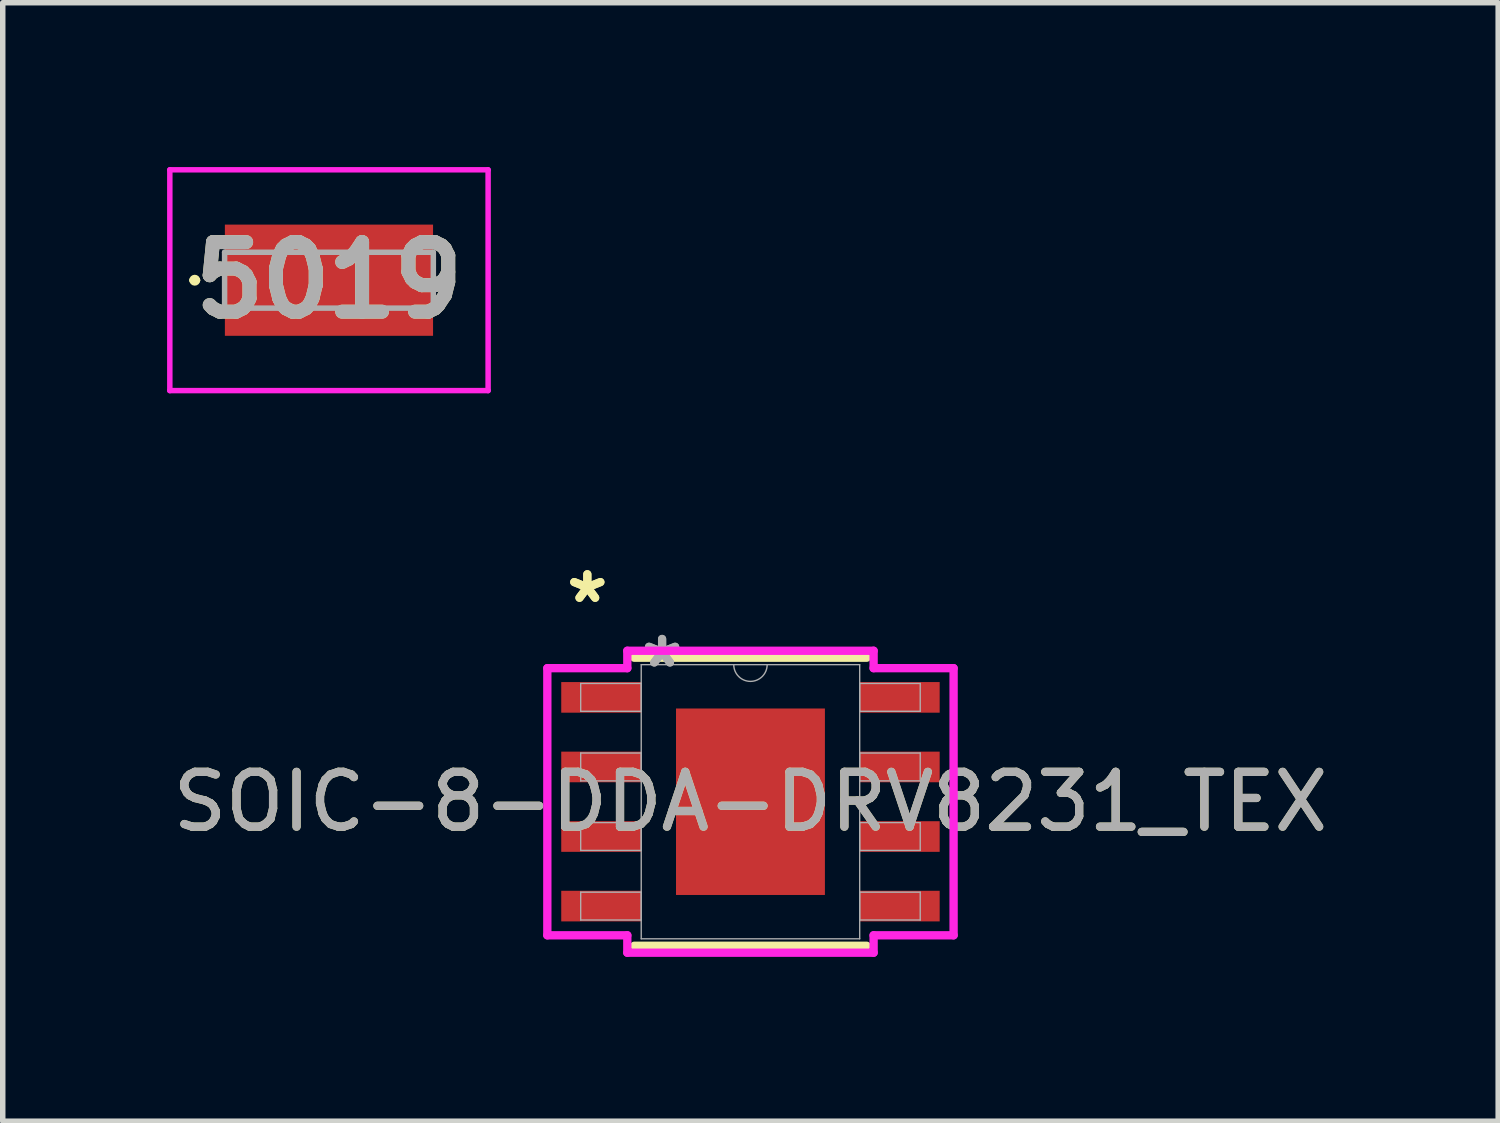
<source format=kicad_pcb>
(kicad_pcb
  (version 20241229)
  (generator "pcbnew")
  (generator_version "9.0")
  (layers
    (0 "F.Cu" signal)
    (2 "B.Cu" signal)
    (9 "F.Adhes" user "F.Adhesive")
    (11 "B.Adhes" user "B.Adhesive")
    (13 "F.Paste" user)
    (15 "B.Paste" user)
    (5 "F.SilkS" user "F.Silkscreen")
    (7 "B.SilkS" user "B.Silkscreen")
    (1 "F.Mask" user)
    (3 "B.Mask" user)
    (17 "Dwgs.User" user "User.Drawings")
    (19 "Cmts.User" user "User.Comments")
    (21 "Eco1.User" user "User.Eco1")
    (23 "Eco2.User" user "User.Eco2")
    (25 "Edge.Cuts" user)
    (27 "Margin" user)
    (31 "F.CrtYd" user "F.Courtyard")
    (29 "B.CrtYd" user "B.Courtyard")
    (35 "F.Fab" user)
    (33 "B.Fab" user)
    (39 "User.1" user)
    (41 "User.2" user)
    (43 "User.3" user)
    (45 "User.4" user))
  (footprint "SOIC-8-DDA-DRV8231_TEX"
    (layer "F.Cu")
    (at 10.649 11.585)
    (property "Reference" "SOIC-8-DDA-DRV8231_TEX" (at 0 0 0) (unlocked yes) (layer "F.SilkS") (effects (font (size 1 1) (thickness 0.15))))
    (attr smd)
    (fp_line (start -2.121 2.629) (end 2.121 2.629) (stroke (width 0.152) (type solid)) (layer "F.SilkS"))
    (fp_line (start 2.121 -2.629) (end -2.121 -2.629) (stroke (width 0.152) (type solid)) (layer "F.SilkS"))
    (fp_poly (pts (xy -1.259 -1.602) (xy -1.259 -0.1) (xy -0.1 -0.1) (xy -0.1 -1.602)) (stroke (width 0) (type solid)) (fill yes) (layer "F.Paste"))
    (fp_poly (pts (xy -1.259 0.1) (xy -1.259 1.602) (xy -0.1 1.602) (xy -0.1 0.1)) (stroke (width 0) (type solid)) (fill yes) (layer "F.Paste"))
    (fp_poly (pts (xy 0.1 -1.602) (xy 0.1 -0.1) (xy 1.259 -0.1) (xy 1.259 -1.602)) (stroke (width 0) (type solid)) (fill yes) (layer "F.Paste"))
    (fp_poly (pts (xy 0.1 0.1) (xy 0.1 1.602) (xy 1.259 1.602) (xy 1.259 0.1)) (stroke (width 0) (type solid)) (fill yes) (layer "F.Paste"))
    (fp_line (start -3.708 -2.438) (end -2.248 -2.438) (stroke (width 0.152) (type solid)) (layer "F.CrtYd"))
    (fp_line (start -3.708 2.438) (end -3.708 -2.438) (stroke (width 0.152) (type solid)) (layer "F.CrtYd"))
    (fp_line (start -3.708 2.438) (end -2.248 2.438) (stroke (width 0.152) (type solid)) (layer "F.CrtYd"))
    (fp_line (start -2.248 -2.756) (end 2.248 -2.756) (stroke (width 0.152) (type solid)) (layer "F.CrtYd"))
    (fp_line (start -2.248 -2.438) (end -2.248 -2.756) (stroke (width 0.152) (type solid)) (layer "F.CrtYd"))
    (fp_line (start -2.248 2.756) (end -2.248 2.438) (stroke (width 0.152) (type solid)) (layer "F.CrtYd"))
    (fp_line (start 2.248 -2.756) (end 2.248 -2.438) (stroke (width 0.152) (type solid)) (layer "F.CrtYd"))
    (fp_line (start 2.248 2.438) (end 2.248 2.756) (stroke (width 0.152) (type solid)) (layer "F.CrtYd"))
    (fp_line (start 2.248 2.756) (end -2.248 2.756) (stroke (width 0.152) (type solid)) (layer "F.CrtYd"))
    (fp_line (start 3.708 -2.438) (end 2.248 -2.438) (stroke (width 0.152) (type solid)) (layer "F.CrtYd"))
    (fp_line (start 3.708 -2.438) (end 3.708 2.438) (stroke (width 0.152) (type solid)) (layer "F.CrtYd"))
    (fp_line (start 3.708 2.438) (end 2.248 2.438) (stroke (width 0.152) (type solid)) (layer "F.CrtYd"))
    (fp_line (start -3.099 -2.159) (end -3.099 -1.651) (stroke (width 0.025) (type solid)) (layer "F.Fab"))
    (fp_line (start -3.099 -1.651) (end -1.994 -1.651) (stroke (width 0.025) (type solid)) (layer "F.Fab"))
    (fp_line (start -3.099 -0.889) (end -3.099 -0.381) (stroke (width 0.025) (type solid)) (layer "F.Fab"))
    (fp_line (start -3.099 -0.381) (end -1.994 -0.381) (stroke (width 0.025) (type solid)) (layer "F.Fab"))
    (fp_line (start -3.099 0.381) (end -3.099 0.889) (stroke (width 0.025) (type solid)) (layer "F.Fab"))
    (fp_line (start -3.099 0.889) (end -1.994 0.889) (stroke (width 0.025) (type solid)) (layer "F.Fab"))
    (fp_line (start -3.099 1.651) (end -3.099 2.159) (stroke (width 0.025) (type solid)) (layer "F.Fab"))
    (fp_line (start -3.099 2.159) (end -1.994 2.159) (stroke (width 0.025) (type solid)) (layer "F.Fab"))
    (fp_line (start -1.994 -2.502) (end -1.994 2.502) (stroke (width 0.025) (type solid)) (layer "F.Fab"))
    (fp_line (start -1.994 -2.159) (end -3.099 -2.159) (stroke (width 0.025) (type solid)) (layer "F.Fab"))
    (fp_line (start -1.994 -1.651) (end -1.994 -2.159) (stroke (width 0.025) (type solid)) (layer "F.Fab"))
    (fp_line (start -1.994 -0.889) (end -3.099 -0.889) (stroke (width 0.025) (type solid)) (layer "F.Fab"))
    (fp_line (start -1.994 -0.381) (end -1.994 -0.889) (stroke (width 0.025) (type solid)) (layer "F.Fab"))
    (fp_line (start -1.994 0.381) (end -3.099 0.381) (stroke (width 0.025) (type solid)) (layer "F.Fab"))
    (fp_line (start -1.994 0.889) (end -1.994 0.381) (stroke (width 0.025) (type solid)) (layer "F.Fab"))
    (fp_line (start -1.994 1.651) (end -3.099 1.651) (stroke (width 0.025) (type solid)) (layer "F.Fab"))
    (fp_line (start -1.994 2.159) (end -1.994 1.651) (stroke (width 0.025) (type solid)) (layer "F.Fab"))
    (fp_line (start -1.994 2.502) (end 1.994 2.502) (stroke (width 0.025) (type solid)) (layer "F.Fab"))
    (fp_line (start 1.994 -2.502) (end -1.994 -2.502) (stroke (width 0.025) (type solid)) (layer "F.Fab"))
    (fp_line (start 1.994 -2.159) (end 1.994 -1.651) (stroke (width 0.025) (type solid)) (layer "F.Fab"))
    (fp_line (start 1.994 -1.651) (end 3.099 -1.651) (stroke (width 0.025) (type solid)) (layer "F.Fab"))
    (fp_line (start 1.994 -0.889) (end 1.994 -0.381) (stroke (width 0.025) (type solid)) (layer "F.Fab"))
    (fp_line (start 1.994 -0.381) (end 3.099 -0.381) (stroke (width 0.025) (type solid)) (layer "F.Fab"))
    (fp_line (start 1.994 0.381) (end 1.994 0.889) (stroke (width 0.025) (type solid)) (layer "F.Fab"))
    (fp_line (start 1.994 0.889) (end 3.099 0.889) (stroke (width 0.025) (type solid)) (layer "F.Fab"))
    (fp_line (start 1.994 1.651) (end 1.994 2.159) (stroke (width 0.025) (type solid)) (layer "F.Fab"))
    (fp_line (start 1.994 2.159) (end 3.099 2.159) (stroke (width 0.025) (type solid)) (layer "F.Fab"))
    (fp_line (start 1.994 2.502) (end 1.994 -2.502) (stroke (width 0.025) (type solid)) (layer "F.Fab"))
    (fp_line (start 3.099 -2.159) (end 1.994 -2.159) (stroke (width 0.025) (type solid)) (layer "F.Fab"))
    (fp_line (start 3.099 -1.651) (end 3.099 -2.159) (stroke (width 0.025) (type solid)) (layer "F.Fab"))
    (fp_line (start 3.099 -0.889) (end 1.994 -0.889) (stroke (width 0.025) (type solid)) (layer "F.Fab"))
    (fp_line (start 3.099 -0.381) (end 3.099 -0.889) (stroke (width 0.025) (type solid)) (layer "F.Fab"))
    (fp_line (start 3.099 0.381) (end 1.994 0.381) (stroke (width 0.025) (type solid)) (layer "F.Fab"))
    (fp_line (start 3.099 0.889) (end 3.099 0.381) (stroke (width 0.025) (type solid)) (layer "F.Fab"))
    (fp_line (start 3.099 1.651) (end 1.994 1.651) (stroke (width 0.025) (type solid)) (layer "F.Fab"))
    (fp_line (start 3.099 2.159) (end 3.099 1.651) (stroke (width 0.025) (type solid)) (layer "F.Fab"))
    (fp_arc (start 0.3048 -2.5019) (mid 0 -2.1971) (end -0.3048 -2.5019) (stroke (width 0.0254) (type solid)) (layer "F.Fab"))
    (fp_text user "*" (at -2.978 -3.607 0) (unlocked yes) (layer "F.SilkS") (effects (font (size 1 1) (thickness 0.15))))
    (fp_text user "*" (at -2.978 -3.607 0) (layer "F.SilkS") (effects (font (size 1 1) (thickness 0.15))))
    (fp_text user "*" (at -1.613 -2.426 0) (layer "F.Fab") (effects (font (size 1 1) (thickness 0.15))))
    (fp_text user "*" (at -1.613 -2.426 0) (unlocked yes) (layer "F.Fab") (effects (font (size 1 1) (thickness 0.15))))
    (fp_text user "${REFERENCE}" (at 0 0 0) (unlocked yes) (layer "F.Fab") (effects (font (size 1 1) (thickness 0.15))))
    (pad "1" smd rect (at -2.724 -1.905) (size 1.46 0.559) (layers "F.Cu" "F.Mask" "F.Paste"))
    (pad "2" smd rect (at -2.724 -0.635) (size 1.46 0.559) (layers "F.Cu" "F.Mask" "F.Paste"))
    (pad "3" smd rect (at -2.724 0.635) (size 1.46 0.559) (layers "F.Cu" "F.Mask" "F.Paste"))
    (pad "4" smd rect (at -2.724 1.905) (size 1.46 0.559) (layers "F.Cu" "F.Mask" "F.Paste"))
    (pad "5" smd rect (at 2.724 1.905) (size 1.46 0.559) (layers "F.Cu" "F.Mask" "F.Paste"))
    (pad "6" smd rect (at 2.724 0.635) (size 1.46 0.559) (layers "F.Cu" "F.Mask" "F.Paste"))
    (pad "7" smd rect (at 2.724 -0.635) (size 1.46 0.559) (layers "F.Cu" "F.Mask" "F.Paste"))
    (pad "8" smd rect (at 2.724 -1.905) (size 1.46 0.559) (layers "F.Cu" "F.Mask" "F.Paste"))
    (pad "EPAD" smd rect (at 0 0) (size 2.718 3.404) (layers "F.Cu" "F.Mask")))
  (footprint "5019"
    (layer "F.Cu")
    (at 2.955 2.065)
    (property "Reference" "5019" (at 0 0 0) (layer "F.SilkS") (effects (font (size 1.27 1.27) (thickness 0.254))))
    (attr smd)
    (fp_line (start -2.5 0) (end -2.5 0) (stroke (width 0.1) (type solid)) (layer "F.SilkS"))
    (fp_line (start -2.4 0) (end -2.4 0) (stroke (width 0.1) (type solid)) (layer "F.SilkS"))
    (fp_arc (start -2.5 0) (mid -2.45 -0.05) (end -2.4 0) (stroke (width 0.1) (type solid)) (layer "F.SilkS"))
    (fp_arc (start -2.4 0) (mid -2.45 0.05) (end -2.5 0) (stroke (width 0.1) (type solid)) (layer "F.SilkS"))
    (fp_line (start -2.905 -2.015) (end 2.905 -2.015) (stroke (width 0.1) (type solid)) (layer "F.CrtYd"))
    (fp_line (start -2.905 2.015) (end -2.905 -2.015) (stroke (width 0.1) (type solid)) (layer "F.CrtYd"))
    (fp_line (start 2.905 -2.015) (end 2.905 2.015) (stroke (width 0.1) (type solid)) (layer "F.CrtYd"))
    (fp_line (start 2.905 2.015) (end -2.905 2.015) (stroke (width 0.1) (type solid)) (layer "F.CrtYd"))
    (fp_line (start -1.905 -0.51) (end 1.905 -0.51) (stroke (width 0.1) (type solid)) (layer "F.Fab"))
    (fp_line (start -1.905 0.51) (end -1.905 -0.51) (stroke (width 0.1) (type solid)) (layer "F.Fab"))
    (fp_line (start 1.905 -0.51) (end 1.905 0.51) (stroke (width 0.1) (type solid)) (layer "F.Fab"))
    (fp_line (start 1.905 0.51) (end -1.905 0.51) (stroke (width 0.1) (type solid)) (layer "F.Fab"))
    (fp_text user "${REFERENCE}" (at 0 0 0) (layer "F.Fab") (effects (font (size 1.27 1.27) (thickness 0.254))))
    (pad "1" smd rect (at 0 0 90) (size 2.03 3.8) (layers "F.Cu" "F.Mask" "F.Paste")))
  (gr_rect
    (start -3 -3)
    (end 24.298 17.417)
    (stroke (width 0.1) (type default))
    (fill no)
    (layer "Edge.Cuts")))
</source>
